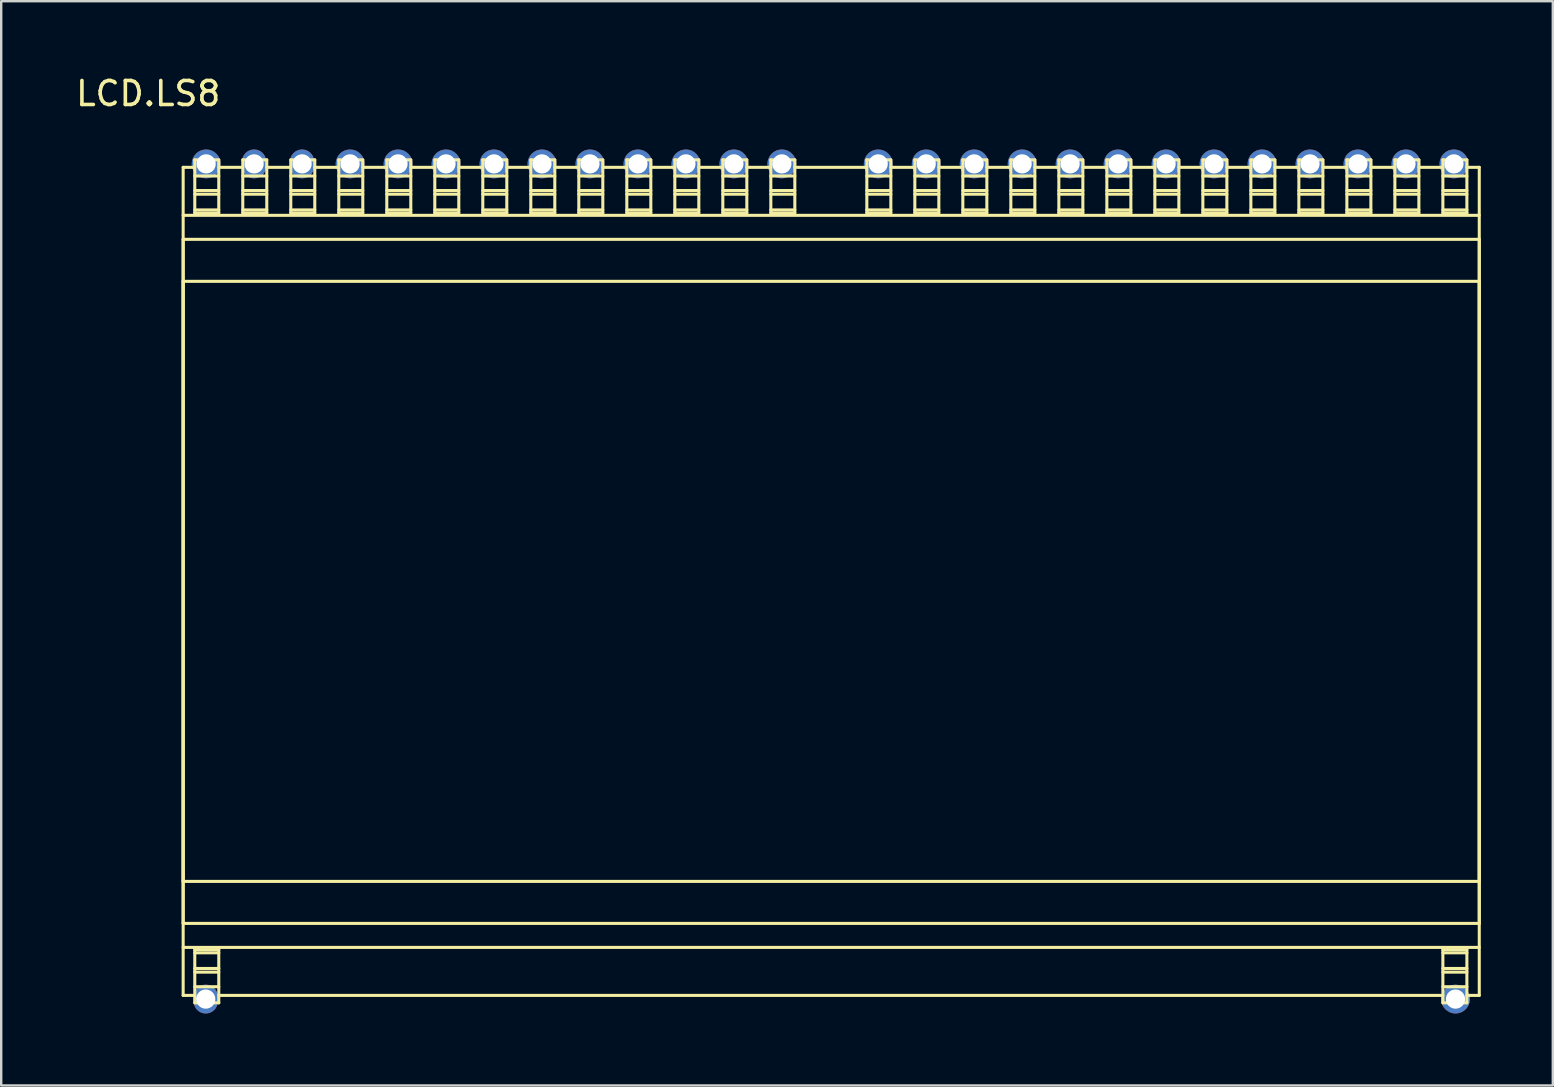
<source format=kicad_pcb>
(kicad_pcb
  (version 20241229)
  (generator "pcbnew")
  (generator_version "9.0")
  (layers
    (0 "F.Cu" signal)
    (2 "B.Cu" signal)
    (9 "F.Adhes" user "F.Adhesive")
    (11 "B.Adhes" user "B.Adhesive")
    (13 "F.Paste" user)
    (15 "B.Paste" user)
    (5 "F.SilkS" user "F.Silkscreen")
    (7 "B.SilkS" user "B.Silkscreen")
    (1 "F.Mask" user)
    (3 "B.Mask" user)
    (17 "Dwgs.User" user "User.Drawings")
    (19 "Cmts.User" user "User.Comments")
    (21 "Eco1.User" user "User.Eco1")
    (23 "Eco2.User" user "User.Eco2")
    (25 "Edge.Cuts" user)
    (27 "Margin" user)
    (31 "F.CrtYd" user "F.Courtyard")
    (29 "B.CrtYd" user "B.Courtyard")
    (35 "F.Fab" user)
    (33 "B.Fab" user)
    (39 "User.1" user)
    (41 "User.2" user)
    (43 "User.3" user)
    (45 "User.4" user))
  (footprint "LCD.LS8"
    (layer "F.Cu")
    (at 31.827 21.621)
    (property "Reference" "LCD.LS8" (at -28.702 -20.773 0) (layer "F.SilkS") (effects (font (size 1 1) (thickness 0.15))))
    (attr through_hole)
    (fp_line (start -27.246 -17.7) (end -26.762 -17.7) (stroke (width 0.127) (type solid)) (layer "F.SilkS"))
    (fp_line (start -27.246 -15.7) (end 26.754 -15.7) (stroke (width 0.127) (type solid)) (layer "F.SilkS"))
    (fp_line (start -27.246 -14.7) (end 26.754 -14.7) (stroke (width 0.127) (type solid)) (layer "F.SilkS"))
    (fp_line (start -27.246 -12.95) (end 26.754 -12.95) (stroke (width 0.127) (type solid)) (layer "F.SilkS"))
    (fp_line (start -27.246 12.05) (end -27.246 -12.95) (stroke (width 0.127) (type solid)) (layer "F.SilkS"))
    (fp_line (start -27.246 12.05) (end 26.754 12.05) (stroke (width 0.127) (type solid)) (layer "F.SilkS"))
    (fp_line (start -27.246 13.8) (end -27.246 -14.7) (stroke (width 0.127) (type solid)) (layer "F.SilkS"))
    (fp_line (start -27.246 13.8) (end 26.754 13.8) (stroke (width 0.127) (type solid)) (layer "F.SilkS"))
    (fp_line (start -27.246 14.8) (end 26.754 14.8) (stroke (width 0.127) (type solid)) (layer "F.SilkS"))
    (fp_line (start -27.246 16.8) (end -27.246 -17.7) (stroke (width 0.127) (type solid)) (layer "F.SilkS"))
    (fp_line (start -27.246 16.8) (end -26.762 16.8) (stroke (width 0.127) (type solid)) (layer "F.SilkS"))
    (fp_line (start -26.762 -18.01) (end -25.762 -18.01) (stroke (width 0.127) (type solid)) (layer "F.SilkS"))
    (fp_line (start -26.762 -17.338) (end -25.762 -17.338) (stroke (width 0.127) (type solid)) (layer "F.SilkS"))
    (fp_line (start -26.762 -16.732) (end -25.762 -16.732) (stroke (width 0.127) (type solid)) (layer "F.SilkS"))
    (fp_line (start -26.762 -16.579) (end -25.762 -16.579) (stroke (width 0.127) (type solid)) (layer "F.SilkS"))
    (fp_line (start -26.762 -15.926) (end -25.762 -15.926) (stroke (width 0.127) (type solid)) (layer "F.SilkS"))
    (fp_line (start -26.762 -15.8) (end -26.762 -18.01) (stroke (width 0.127) (type solid)) (layer "F.SilkS"))
    (fp_line (start -26.762 -15.8) (end -25.762 -15.8) (stroke (width 0.127) (type solid)) (layer "F.SilkS"))
    (fp_line (start -26.762 14.9) (end -25.762 14.9) (stroke (width 0.127) (type solid)) (layer "F.SilkS"))
    (fp_line (start -26.762 15.027) (end -25.762 15.027) (stroke (width 0.127) (type solid)) (layer "F.SilkS"))
    (fp_line (start -26.762 15.679) (end -25.762 15.679) (stroke (width 0.127) (type solid)) (layer "F.SilkS"))
    (fp_line (start -26.762 15.832) (end -25.762 15.832) (stroke (width 0.127) (type solid)) (layer "F.SilkS"))
    (fp_line (start -26.762 16.439) (end -25.762 16.439) (stroke (width 0.127) (type solid)) (layer "F.SilkS"))
    (fp_line (start -26.762 17.11) (end -26.762 14.9) (stroke (width 0.127) (type solid)) (layer "F.SilkS"))
    (fp_line (start -26.762 17.11) (end -25.762 17.11) (stroke (width 0.127) (type solid)) (layer "F.SilkS"))
    (fp_line (start -25.762 -17.7) (end -24.762 -17.7) (stroke (width 0.127) (type solid)) (layer "F.SilkS"))
    (fp_line (start -25.762 -15.8) (end -25.762 -18.01) (stroke (width 0.127) (type solid)) (layer "F.SilkS"))
    (fp_line (start -25.762 16.8) (end 25.238 16.8) (stroke (width 0.127) (type solid)) (layer "F.SilkS"))
    (fp_line (start -25.762 17.11) (end -25.762 14.9) (stroke (width 0.127) (type solid)) (layer "F.SilkS"))
    (fp_line (start -24.762 -18.01) (end -23.762 -18.01) (stroke (width 0.127) (type solid)) (layer "F.SilkS"))
    (fp_line (start -24.762 -17.338) (end -23.762 -17.338) (stroke (width 0.127) (type solid)) (layer "F.SilkS"))
    (fp_line (start -24.762 -16.732) (end -23.762 -16.732) (stroke (width 0.127) (type solid)) (layer "F.SilkS"))
    (fp_line (start -24.762 -16.579) (end -23.762 -16.579) (stroke (width 0.127) (type solid)) (layer "F.SilkS"))
    (fp_line (start -24.762 -15.926) (end -23.762 -15.926) (stroke (width 0.127) (type solid)) (layer "F.SilkS"))
    (fp_line (start -24.762 -15.8) (end -24.762 -18.01) (stroke (width 0.127) (type solid)) (layer "F.SilkS"))
    (fp_line (start -24.762 -15.8) (end -23.762 -15.8) (stroke (width 0.127) (type solid)) (layer "F.SilkS"))
    (fp_line (start -23.762 -17.7) (end -22.762 -17.7) (stroke (width 0.127) (type solid)) (layer "F.SilkS"))
    (fp_line (start -23.762 -15.8) (end -23.762 -18.01) (stroke (width 0.127) (type solid)) (layer "F.SilkS"))
    (fp_line (start -22.762 -18.01) (end -21.762 -18.01) (stroke (width 0.127) (type solid)) (layer "F.SilkS"))
    (fp_line (start -22.762 -17.338) (end -21.762 -17.338) (stroke (width 0.127) (type solid)) (layer "F.SilkS"))
    (fp_line (start -22.762 -16.732) (end -21.762 -16.732) (stroke (width 0.127) (type solid)) (layer "F.SilkS"))
    (fp_line (start -22.762 -16.579) (end -21.762 -16.579) (stroke (width 0.127) (type solid)) (layer "F.SilkS"))
    (fp_line (start -22.762 -15.926) (end -21.762 -15.926) (stroke (width 0.127) (type solid)) (layer "F.SilkS"))
    (fp_line (start -22.762 -15.8) (end -22.762 -18.01) (stroke (width 0.127) (type solid)) (layer "F.SilkS"))
    (fp_line (start -22.762 -15.8) (end -21.762 -15.8) (stroke (width 0.127) (type solid)) (layer "F.SilkS"))
    (fp_line (start -21.762 -17.7) (end -20.762 -17.7) (stroke (width 0.127) (type solid)) (layer "F.SilkS"))
    (fp_line (start -21.762 -15.8) (end -21.762 -18.01) (stroke (width 0.127) (type solid)) (layer "F.SilkS"))
    (fp_line (start -20.762 -18.01) (end -19.762 -18.01) (stroke (width 0.127) (type solid)) (layer "F.SilkS"))
    (fp_line (start -20.762 -17.338) (end -19.762 -17.338) (stroke (width 0.127) (type solid)) (layer "F.SilkS"))
    (fp_line (start -20.762 -16.732) (end -19.762 -16.732) (stroke (width 0.127) (type solid)) (layer "F.SilkS"))
    (fp_line (start -20.762 -16.579) (end -19.762 -16.579) (stroke (width 0.127) (type solid)) (layer "F.SilkS"))
    (fp_line (start -20.762 -15.926) (end -19.762 -15.926) (stroke (width 0.127) (type solid)) (layer "F.SilkS"))
    (fp_line (start -20.762 -15.8) (end -20.762 -18.01) (stroke (width 0.127) (type solid)) (layer "F.SilkS"))
    (fp_line (start -20.762 -15.8) (end -19.762 -15.8) (stroke (width 0.127) (type solid)) (layer "F.SilkS"))
    (fp_line (start -19.762 -17.7) (end -18.762 -17.7) (stroke (width 0.127) (type solid)) (layer "F.SilkS"))
    (fp_line (start -19.762 -15.8) (end -19.762 -18.01) (stroke (width 0.127) (type solid)) (layer "F.SilkS"))
    (fp_line (start -18.762 -18.01) (end -17.762 -18.01) (stroke (width 0.127) (type solid)) (layer "F.SilkS"))
    (fp_line (start -18.762 -17.338) (end -17.762 -17.338) (stroke (width 0.127) (type solid)) (layer "F.SilkS"))
    (fp_line (start -18.762 -16.732) (end -17.762 -16.732) (stroke (width 0.127) (type solid)) (layer "F.SilkS"))
    (fp_line (start -18.762 -16.579) (end -17.762 -16.579) (stroke (width 0.127) (type solid)) (layer "F.SilkS"))
    (fp_line (start -18.762 -15.926) (end -17.762 -15.926) (stroke (width 0.127) (type solid)) (layer "F.SilkS"))
    (fp_line (start -18.762 -15.8) (end -18.762 -18.01) (stroke (width 0.127) (type solid)) (layer "F.SilkS"))
    (fp_line (start -18.762 -15.8) (end -17.762 -15.8) (stroke (width 0.127) (type solid)) (layer "F.SilkS"))
    (fp_line (start -17.762 -17.7) (end -16.762 -17.7) (stroke (width 0.127) (type solid)) (layer "F.SilkS"))
    (fp_line (start -17.762 -15.8) (end -17.762 -18.01) (stroke (width 0.127) (type solid)) (layer "F.SilkS"))
    (fp_line (start -16.762 -18.01) (end -15.762 -18.01) (stroke (width 0.127) (type solid)) (layer "F.SilkS"))
    (fp_line (start -16.762 -17.338) (end -15.762 -17.338) (stroke (width 0.127) (type solid)) (layer "F.SilkS"))
    (fp_line (start -16.762 -16.732) (end -15.762 -16.732) (stroke (width 0.127) (type solid)) (layer "F.SilkS"))
    (fp_line (start -16.762 -16.579) (end -15.762 -16.579) (stroke (width 0.127) (type solid)) (layer "F.SilkS"))
    (fp_line (start -16.762 -15.926) (end -15.762 -15.926) (stroke (width 0.127) (type solid)) (layer "F.SilkS"))
    (fp_line (start -16.762 -15.8) (end -16.762 -18.01) (stroke (width 0.127) (type solid)) (layer "F.SilkS"))
    (fp_line (start -16.762 -15.8) (end -15.762 -15.8) (stroke (width 0.127) (type solid)) (layer "F.SilkS"))
    (fp_line (start -15.762 -17.7) (end -14.762 -17.7) (stroke (width 0.127) (type solid)) (layer "F.SilkS"))
    (fp_line (start -15.762 -15.8) (end -15.762 -18.01) (stroke (width 0.127) (type solid)) (layer "F.SilkS"))
    (fp_line (start -14.762 -18.01) (end -13.762 -18.01) (stroke (width 0.127) (type solid)) (layer "F.SilkS"))
    (fp_line (start -14.762 -17.338) (end -13.762 -17.338) (stroke (width 0.127) (type solid)) (layer "F.SilkS"))
    (fp_line (start -14.762 -16.732) (end -13.762 -16.732) (stroke (width 0.127) (type solid)) (layer "F.SilkS"))
    (fp_line (start -14.762 -16.579) (end -13.762 -16.579) (stroke (width 0.127) (type solid)) (layer "F.SilkS"))
    (fp_line (start -14.762 -15.926) (end -13.762 -15.926) (stroke (width 0.127) (type solid)) (layer "F.SilkS"))
    (fp_line (start -14.762 -15.8) (end -14.762 -18.01) (stroke (width 0.127) (type solid)) (layer "F.SilkS"))
    (fp_line (start -14.762 -15.8) (end -13.762 -15.8) (stroke (width 0.127) (type solid)) (layer "F.SilkS"))
    (fp_line (start -13.762 -17.7) (end -12.762 -17.7) (stroke (width 0.127) (type solid)) (layer "F.SilkS"))
    (fp_line (start -13.762 -15.8) (end -13.762 -18.01) (stroke (width 0.127) (type solid)) (layer "F.SilkS"))
    (fp_line (start -12.762 -18.01) (end -11.762 -18.01) (stroke (width 0.127) (type solid)) (layer "F.SilkS"))
    (fp_line (start -12.762 -17.338) (end -11.762 -17.338) (stroke (width 0.127) (type solid)) (layer "F.SilkS"))
    (fp_line (start -12.762 -16.732) (end -11.762 -16.732) (stroke (width 0.127) (type solid)) (layer "F.SilkS"))
    (fp_line (start -12.762 -16.579) (end -11.762 -16.579) (stroke (width 0.127) (type solid)) (layer "F.SilkS"))
    (fp_line (start -12.762 -15.926) (end -11.762 -15.926) (stroke (width 0.127) (type solid)) (layer "F.SilkS"))
    (fp_line (start -12.762 -15.8) (end -12.762 -18.01) (stroke (width 0.127) (type solid)) (layer "F.SilkS"))
    (fp_line (start -12.762 -15.8) (end -11.762 -15.8) (stroke (width 0.127) (type solid)) (layer "F.SilkS"))
    (fp_line (start -11.762 -17.7) (end -10.762 -17.7) (stroke (width 0.127) (type solid)) (layer "F.SilkS"))
    (fp_line (start -11.762 -15.8) (end -11.762 -18.01) (stroke (width 0.127) (type solid)) (layer "F.SilkS"))
    (fp_line (start -10.762 -18.01) (end -9.762 -18.01) (stroke (width 0.127) (type solid)) (layer "F.SilkS"))
    (fp_line (start -10.762 -17.338) (end -9.762 -17.338) (stroke (width 0.127) (type solid)) (layer "F.SilkS"))
    (fp_line (start -10.762 -16.732) (end -9.762 -16.732) (stroke (width 0.127) (type solid)) (layer "F.SilkS"))
    (fp_line (start -10.762 -16.579) (end -9.762 -16.579) (stroke (width 0.127) (type solid)) (layer "F.SilkS"))
    (fp_line (start -10.762 -15.926) (end -9.762 -15.926) (stroke (width 0.127) (type solid)) (layer "F.SilkS"))
    (fp_line (start -10.762 -15.8) (end -10.762 -18.01) (stroke (width 0.127) (type solid)) (layer "F.SilkS"))
    (fp_line (start -10.762 -15.8) (end -9.762 -15.8) (stroke (width 0.127) (type solid)) (layer "F.SilkS"))
    (fp_line (start -9.762 -17.7) (end -8.762 -17.7) (stroke (width 0.127) (type solid)) (layer "F.SilkS"))
    (fp_line (start -9.762 -15.8) (end -9.762 -18.01) (stroke (width 0.127) (type solid)) (layer "F.SilkS"))
    (fp_line (start -8.762 -18.01) (end -7.762 -18.01) (stroke (width 0.127) (type solid)) (layer "F.SilkS"))
    (fp_line (start -8.762 -17.338) (end -7.762 -17.338) (stroke (width 0.127) (type solid)) (layer "F.SilkS"))
    (fp_line (start -8.762 -16.732) (end -7.762 -16.732) (stroke (width 0.127) (type solid)) (layer "F.SilkS"))
    (fp_line (start -8.762 -16.579) (end -7.762 -16.579) (stroke (width 0.127) (type solid)) (layer "F.SilkS"))
    (fp_line (start -8.762 -15.926) (end -7.762 -15.926) (stroke (width 0.127) (type solid)) (layer "F.SilkS"))
    (fp_line (start -8.762 -15.8) (end -8.762 -18.01) (stroke (width 0.127) (type solid)) (layer "F.SilkS"))
    (fp_line (start -8.762 -15.8) (end -7.762 -15.8) (stroke (width 0.127) (type solid)) (layer "F.SilkS"))
    (fp_line (start -7.762 -17.7) (end -6.762 -17.7) (stroke (width 0.127) (type solid)) (layer "F.SilkS"))
    (fp_line (start -7.762 -15.8) (end -7.762 -18.01) (stroke (width 0.127) (type solid)) (layer "F.SilkS"))
    (fp_line (start -6.762 -18.01) (end -5.762 -18.01) (stroke (width 0.127) (type solid)) (layer "F.SilkS"))
    (fp_line (start -6.762 -17.338) (end -5.762 -17.338) (stroke (width 0.127) (type solid)) (layer "F.SilkS"))
    (fp_line (start -6.762 -16.732) (end -5.762 -16.732) (stroke (width 0.127) (type solid)) (layer "F.SilkS"))
    (fp_line (start -6.762 -16.579) (end -5.762 -16.579) (stroke (width 0.127) (type solid)) (layer "F.SilkS"))
    (fp_line (start -6.762 -15.926) (end -5.762 -15.926) (stroke (width 0.127) (type solid)) (layer "F.SilkS"))
    (fp_line (start -6.762 -15.8) (end -6.762 -18.01) (stroke (width 0.127) (type solid)) (layer "F.SilkS"))
    (fp_line (start -6.762 -15.8) (end -5.762 -15.8) (stroke (width 0.127) (type solid)) (layer "F.SilkS"))
    (fp_line (start -5.762 -17.7) (end -4.762 -17.7) (stroke (width 0.127) (type solid)) (layer "F.SilkS"))
    (fp_line (start -5.762 -15.8) (end -5.762 -18.01) (stroke (width 0.127) (type solid)) (layer "F.SilkS"))
    (fp_line (start -4.762 -18.01) (end -3.762 -18.01) (stroke (width 0.127) (type solid)) (layer "F.SilkS"))
    (fp_line (start -4.762 -17.338) (end -3.762 -17.338) (stroke (width 0.127) (type solid)) (layer "F.SilkS"))
    (fp_line (start -4.762 -16.732) (end -3.762 -16.732) (stroke (width 0.127) (type solid)) (layer "F.SilkS"))
    (fp_line (start -4.762 -16.579) (end -3.762 -16.579) (stroke (width 0.127) (type solid)) (layer "F.SilkS"))
    (fp_line (start -4.762 -15.926) (end -3.762 -15.926) (stroke (width 0.127) (type solid)) (layer "F.SilkS"))
    (fp_line (start -4.762 -15.8) (end -4.762 -18.01) (stroke (width 0.127) (type solid)) (layer "F.SilkS"))
    (fp_line (start -4.762 -15.8) (end -3.762 -15.8) (stroke (width 0.127) (type solid)) (layer "F.SilkS"))
    (fp_line (start -3.762 -17.7) (end -2.762 -17.7) (stroke (width 0.127) (type solid)) (layer "F.SilkS"))
    (fp_line (start -3.762 -15.8) (end -3.762 -18.01) (stroke (width 0.127) (type solid)) (layer "F.SilkS"))
    (fp_line (start -2.762 -18.01) (end -1.762 -18.01) (stroke (width 0.127) (type solid)) (layer "F.SilkS"))
    (fp_line (start -2.762 -17.338) (end -1.762 -17.338) (stroke (width 0.127) (type solid)) (layer "F.SilkS"))
    (fp_line (start -2.762 -16.732) (end -1.762 -16.732) (stroke (width 0.127) (type solid)) (layer "F.SilkS"))
    (fp_line (start -2.762 -16.579) (end -1.762 -16.579) (stroke (width 0.127) (type solid)) (layer "F.SilkS"))
    (fp_line (start -2.762 -15.926) (end -1.762 -15.926) (stroke (width 0.127) (type solid)) (layer "F.SilkS"))
    (fp_line (start -2.762 -15.8) (end -2.762 -18.01) (stroke (width 0.127) (type solid)) (layer "F.SilkS"))
    (fp_line (start -2.762 -15.8) (end -1.762 -15.8) (stroke (width 0.127) (type solid)) (layer "F.SilkS"))
    (fp_line (start -1.762 -17.7) (end 1.238 -17.7) (stroke (width 0.127) (type solid)) (layer "F.SilkS"))
    (fp_line (start -1.762 -15.8) (end -1.762 -18.01) (stroke (width 0.127) (type solid)) (layer "F.SilkS"))
    (fp_line (start 1.238 -18.01) (end 2.238 -18.01) (stroke (width 0.127) (type solid)) (layer "F.SilkS"))
    (fp_line (start 1.238 -17.338) (end 2.238 -17.338) (stroke (width 0.127) (type solid)) (layer "F.SilkS"))
    (fp_line (start 1.238 -16.732) (end 2.238 -16.732) (stroke (width 0.127) (type solid)) (layer "F.SilkS"))
    (fp_line (start 1.238 -16.579) (end 2.238 -16.579) (stroke (width 0.127) (type solid)) (layer "F.SilkS"))
    (fp_line (start 1.238 -15.926) (end 2.238 -15.926) (stroke (width 0.127) (type solid)) (layer "F.SilkS"))
    (fp_line (start 1.238 -15.8) (end 1.238 -18.01) (stroke (width 0.127) (type solid)) (layer "F.SilkS"))
    (fp_line (start 1.238 -15.8) (end 2.238 -15.8) (stroke (width 0.127) (type solid)) (layer "F.SilkS"))
    (fp_line (start 2.238 -17.7) (end 3.238 -17.7) (stroke (width 0.127) (type solid)) (layer "F.SilkS"))
    (fp_line (start 2.238 -15.8) (end 2.238 -18.01) (stroke (width 0.127) (type solid)) (layer "F.SilkS"))
    (fp_line (start 3.238 -18.01) (end 4.238 -18.01) (stroke (width 0.127) (type solid)) (layer "F.SilkS"))
    (fp_line (start 3.238 -17.338) (end 4.238 -17.338) (stroke (width 0.127) (type solid)) (layer "F.SilkS"))
    (fp_line (start 3.238 -16.732) (end 4.238 -16.732) (stroke (width 0.127) (type solid)) (layer "F.SilkS"))
    (fp_line (start 3.238 -16.579) (end 4.238 -16.579) (stroke (width 0.127) (type solid)) (layer "F.SilkS"))
    (fp_line (start 3.238 -15.926) (end 4.238 -15.926) (stroke (width 0.127) (type solid)) (layer "F.SilkS"))
    (fp_line (start 3.238 -15.8) (end 3.238 -18.01) (stroke (width 0.127) (type solid)) (layer "F.SilkS"))
    (fp_line (start 3.238 -15.8) (end 4.238 -15.8) (stroke (width 0.127) (type solid)) (layer "F.SilkS"))
    (fp_line (start 4.238 -17.7) (end 5.238 -17.7) (stroke (width 0.127) (type solid)) (layer "F.SilkS"))
    (fp_line (start 4.238 -15.8) (end 4.238 -18.01) (stroke (width 0.127) (type solid)) (layer "F.SilkS"))
    (fp_line (start 5.238 -18.01) (end 6.238 -18.01) (stroke (width 0.127) (type solid)) (layer "F.SilkS"))
    (fp_line (start 5.238 -17.338) (end 6.238 -17.338) (stroke (width 0.127) (type solid)) (layer "F.SilkS"))
    (fp_line (start 5.238 -16.732) (end 6.238 -16.732) (stroke (width 0.127) (type solid)) (layer "F.SilkS"))
    (fp_line (start 5.238 -16.579) (end 6.238 -16.579) (stroke (width 0.127) (type solid)) (layer "F.SilkS"))
    (fp_line (start 5.238 -15.926) (end 6.238 -15.926) (stroke (width 0.127) (type solid)) (layer "F.SilkS"))
    (fp_line (start 5.238 -15.8) (end 5.238 -18.01) (stroke (width 0.127) (type solid)) (layer "F.SilkS"))
    (fp_line (start 5.238 -15.8) (end 6.238 -15.8) (stroke (width 0.127) (type solid)) (layer "F.SilkS"))
    (fp_line (start 6.238 -17.7) (end 7.238 -17.7) (stroke (width 0.127) (type solid)) (layer "F.SilkS"))
    (fp_line (start 6.238 -15.8) (end 6.238 -18.01) (stroke (width 0.127) (type solid)) (layer "F.SilkS"))
    (fp_line (start 7.238 -18.01) (end 8.238 -18.01) (stroke (width 0.127) (type solid)) (layer "F.SilkS"))
    (fp_line (start 7.238 -17.338) (end 8.238 -17.338) (stroke (width 0.127) (type solid)) (layer "F.SilkS"))
    (fp_line (start 7.238 -16.732) (end 8.238 -16.732) (stroke (width 0.127) (type solid)) (layer "F.SilkS"))
    (fp_line (start 7.238 -16.579) (end 8.238 -16.579) (stroke (width 0.127) (type solid)) (layer "F.SilkS"))
    (fp_line (start 7.238 -15.926) (end 8.238 -15.926) (stroke (width 0.127) (type solid)) (layer "F.SilkS"))
    (fp_line (start 7.238 -15.8) (end 7.238 -18.01) (stroke (width 0.127) (type solid)) (layer "F.SilkS"))
    (fp_line (start 7.238 -15.8) (end 8.238 -15.8) (stroke (width 0.127) (type solid)) (layer "F.SilkS"))
    (fp_line (start 8.238 -17.7) (end 9.238 -17.7) (stroke (width 0.127) (type solid)) (layer "F.SilkS"))
    (fp_line (start 8.238 -15.8) (end 8.238 -18.01) (stroke (width 0.127) (type solid)) (layer "F.SilkS"))
    (fp_line (start 9.238 -18.01) (end 10.238 -18.01) (stroke (width 0.127) (type solid)) (layer "F.SilkS"))
    (fp_line (start 9.238 -17.338) (end 10.238 -17.338) (stroke (width 0.127) (type solid)) (layer "F.SilkS"))
    (fp_line (start 9.238 -16.732) (end 10.238 -16.732) (stroke (width 0.127) (type solid)) (layer "F.SilkS"))
    (fp_line (start 9.238 -16.579) (end 10.238 -16.579) (stroke (width 0.127) (type solid)) (layer "F.SilkS"))
    (fp_line (start 9.238 -15.926) (end 10.238 -15.926) (stroke (width 0.127) (type solid)) (layer "F.SilkS"))
    (fp_line (start 9.238 -15.8) (end 9.238 -18.01) (stroke (width 0.127) (type solid)) (layer "F.SilkS"))
    (fp_line (start 9.238 -15.8) (end 10.238 -15.8) (stroke (width 0.127) (type solid)) (layer "F.SilkS"))
    (fp_line (start 10.238 -17.7) (end 11.238 -17.7) (stroke (width 0.127) (type solid)) (layer "F.SilkS"))
    (fp_line (start 10.238 -15.8) (end 10.238 -18.01) (stroke (width 0.127) (type solid)) (layer "F.SilkS"))
    (fp_line (start 11.238 -18.01) (end 12.238 -18.01) (stroke (width 0.127) (type solid)) (layer "F.SilkS"))
    (fp_line (start 11.238 -17.338) (end 12.238 -17.338) (stroke (width 0.127) (type solid)) (layer "F.SilkS"))
    (fp_line (start 11.238 -16.732) (end 12.238 -16.732) (stroke (width 0.127) (type solid)) (layer "F.SilkS"))
    (fp_line (start 11.238 -16.579) (end 12.238 -16.579) (stroke (width 0.127) (type solid)) (layer "F.SilkS"))
    (fp_line (start 11.238 -15.926) (end 12.238 -15.926) (stroke (width 0.127) (type solid)) (layer "F.SilkS"))
    (fp_line (start 11.238 -15.8) (end 11.238 -18.01) (stroke (width 0.127) (type solid)) (layer "F.SilkS"))
    (fp_line (start 11.238 -15.8) (end 12.238 -15.8) (stroke (width 0.127) (type solid)) (layer "F.SilkS"))
    (fp_line (start 12.238 -17.7) (end 13.238 -17.7) (stroke (width 0.127) (type solid)) (layer "F.SilkS"))
    (fp_line (start 12.238 -15.8) (end 12.238 -18.01) (stroke (width 0.127) (type solid)) (layer "F.SilkS"))
    (fp_line (start 13.238 -18.01) (end 14.238 -18.01) (stroke (width 0.127) (type solid)) (layer "F.SilkS"))
    (fp_line (start 13.238 -17.338) (end 14.238 -17.338) (stroke (width 0.127) (type solid)) (layer "F.SilkS"))
    (fp_line (start 13.238 -16.732) (end 14.238 -16.732) (stroke (width 0.127) (type solid)) (layer "F.SilkS"))
    (fp_line (start 13.238 -16.579) (end 14.238 -16.579) (stroke (width 0.127) (type solid)) (layer "F.SilkS"))
    (fp_line (start 13.238 -15.926) (end 14.238 -15.926) (stroke (width 0.127) (type solid)) (layer "F.SilkS"))
    (fp_line (start 13.238 -15.8) (end 13.238 -18.01) (stroke (width 0.127) (type solid)) (layer "F.SilkS"))
    (fp_line (start 13.238 -15.8) (end 14.238 -15.8) (stroke (width 0.127) (type solid)) (layer "F.SilkS"))
    (fp_line (start 14.238 -17.7) (end 15.238 -17.7) (stroke (width 0.127) (type solid)) (layer "F.SilkS"))
    (fp_line (start 14.238 -15.8) (end 14.238 -18.01) (stroke (width 0.127) (type solid)) (layer "F.SilkS"))
    (fp_line (start 15.238 -18.01) (end 16.238 -18.01) (stroke (width 0.127) (type solid)) (layer "F.SilkS"))
    (fp_line (start 15.238 -17.338) (end 16.238 -17.338) (stroke (width 0.127) (type solid)) (layer "F.SilkS"))
    (fp_line (start 15.238 -16.732) (end 16.238 -16.732) (stroke (width 0.127) (type solid)) (layer "F.SilkS"))
    (fp_line (start 15.238 -16.579) (end 16.238 -16.579) (stroke (width 0.127) (type solid)) (layer "F.SilkS"))
    (fp_line (start 15.238 -15.926) (end 16.238 -15.926) (stroke (width 0.127) (type solid)) (layer "F.SilkS"))
    (fp_line (start 15.238 -15.8) (end 15.238 -18.01) (stroke (width 0.127) (type solid)) (layer "F.SilkS"))
    (fp_line (start 15.238 -15.8) (end 16.238 -15.8) (stroke (width 0.127) (type solid)) (layer "F.SilkS"))
    (fp_line (start 16.238 -17.7) (end 17.238 -17.7) (stroke (width 0.127) (type solid)) (layer "F.SilkS"))
    (fp_line (start 16.238 -15.8) (end 16.238 -18.01) (stroke (width 0.127) (type solid)) (layer "F.SilkS"))
    (fp_line (start 17.238 -18.01) (end 18.238 -18.01) (stroke (width 0.127) (type solid)) (layer "F.SilkS"))
    (fp_line (start 17.238 -17.338) (end 18.238 -17.338) (stroke (width 0.127) (type solid)) (layer "F.SilkS"))
    (fp_line (start 17.238 -16.732) (end 18.238 -16.732) (stroke (width 0.127) (type solid)) (layer "F.SilkS"))
    (fp_line (start 17.238 -16.579) (end 18.238 -16.579) (stroke (width 0.127) (type solid)) (layer "F.SilkS"))
    (fp_line (start 17.238 -15.926) (end 18.238 -15.926) (stroke (width 0.127) (type solid)) (layer "F.SilkS"))
    (fp_line (start 17.238 -15.8) (end 17.238 -18.01) (stroke (width 0.127) (type solid)) (layer "F.SilkS"))
    (fp_line (start 17.238 -15.8) (end 18.238 -15.8) (stroke (width 0.127) (type solid)) (layer "F.SilkS"))
    (fp_line (start 18.238 -17.7) (end 19.238 -17.7) (stroke (width 0.127) (type solid)) (layer "F.SilkS"))
    (fp_line (start 18.238 -15.8) (end 18.238 -18.01) (stroke (width 0.127) (type solid)) (layer "F.SilkS"))
    (fp_line (start 19.238 -18.01) (end 20.238 -18.01) (stroke (width 0.127) (type solid)) (layer "F.SilkS"))
    (fp_line (start 19.238 -17.338) (end 20.238 -17.338) (stroke (width 0.127) (type solid)) (layer "F.SilkS"))
    (fp_line (start 19.238 -16.732) (end 20.238 -16.732) (stroke (width 0.127) (type solid)) (layer "F.SilkS"))
    (fp_line (start 19.238 -16.579) (end 20.238 -16.579) (stroke (width 0.127) (type solid)) (layer "F.SilkS"))
    (fp_line (start 19.238 -15.926) (end 20.238 -15.926) (stroke (width 0.127) (type solid)) (layer "F.SilkS"))
    (fp_line (start 19.238 -15.8) (end 19.238 -18.01) (stroke (width 0.127) (type solid)) (layer "F.SilkS"))
    (fp_line (start 19.238 -15.8) (end 20.238 -15.8) (stroke (width 0.127) (type solid)) (layer "F.SilkS"))
    (fp_line (start 20.238 -17.7) (end 21.238 -17.7) (stroke (width 0.127) (type solid)) (layer "F.SilkS"))
    (fp_line (start 20.238 -15.8) (end 20.238 -18.01) (stroke (width 0.127) (type solid)) (layer "F.SilkS"))
    (fp_line (start 21.238 -18.01) (end 22.238 -18.01) (stroke (width 0.127) (type solid)) (layer "F.SilkS"))
    (fp_line (start 21.238 -17.338) (end 22.238 -17.338) (stroke (width 0.127) (type solid)) (layer "F.SilkS"))
    (fp_line (start 21.238 -16.732) (end 22.238 -16.732) (stroke (width 0.127) (type solid)) (layer "F.SilkS"))
    (fp_line (start 21.238 -16.579) (end 22.238 -16.579) (stroke (width 0.127) (type solid)) (layer "F.SilkS"))
    (fp_line (start 21.238 -15.926) (end 22.238 -15.926) (stroke (width 0.127) (type solid)) (layer "F.SilkS"))
    (fp_line (start 21.238 -15.8) (end 21.238 -18.01) (stroke (width 0.127) (type solid)) (layer "F.SilkS"))
    (fp_line (start 21.238 -15.8) (end 22.238 -15.8) (stroke (width 0.127) (type solid)) (layer "F.SilkS"))
    (fp_line (start 22.238 -17.7) (end 23.238 -17.7) (stroke (width 0.127) (type solid)) (layer "F.SilkS"))
    (fp_line (start 22.238 -15.8) (end 22.238 -18.01) (stroke (width 0.127) (type solid)) (layer "F.SilkS"))
    (fp_line (start 23.238 -18.01) (end 24.238 -18.01) (stroke (width 0.127) (type solid)) (layer "F.SilkS"))
    (fp_line (start 23.238 -17.338) (end 24.238 -17.338) (stroke (width 0.127) (type solid)) (layer "F.SilkS"))
    (fp_line (start 23.238 -16.732) (end 24.238 -16.732) (stroke (width 0.127) (type solid)) (layer "F.SilkS"))
    (fp_line (start 23.238 -16.579) (end 24.238 -16.579) (stroke (width 0.127) (type solid)) (layer "F.SilkS"))
    (fp_line (start 23.238 -15.926) (end 24.238 -15.926) (stroke (width 0.127) (type solid)) (layer "F.SilkS"))
    (fp_line (start 23.238 -15.8) (end 23.238 -18.01) (stroke (width 0.127) (type solid)) (layer "F.SilkS"))
    (fp_line (start 23.238 -15.8) (end 24.238 -15.8) (stroke (width 0.127) (type solid)) (layer "F.SilkS"))
    (fp_line (start 24.238 -17.7) (end 25.238 -17.7) (stroke (width 0.127) (type solid)) (layer "F.SilkS"))
    (fp_line (start 24.238 -15.8) (end 24.238 -18.01) (stroke (width 0.127) (type solid)) (layer "F.SilkS"))
    (fp_line (start 25.238 -18.01) (end 26.238 -18.01) (stroke (width 0.127) (type solid)) (layer "F.SilkS"))
    (fp_line (start 25.238 -17.338) (end 26.238 -17.338) (stroke (width 0.127) (type solid)) (layer "F.SilkS"))
    (fp_line (start 25.238 -16.732) (end 26.238 -16.732) (stroke (width 0.127) (type solid)) (layer "F.SilkS"))
    (fp_line (start 25.238 -16.579) (end 26.238 -16.579) (stroke (width 0.127) (type solid)) (layer "F.SilkS"))
    (fp_line (start 25.238 -15.926) (end 26.238 -15.926) (stroke (width 0.127) (type solid)) (layer "F.SilkS"))
    (fp_line (start 25.238 -15.8) (end 25.238 -18.01) (stroke (width 0.127) (type solid)) (layer "F.SilkS"))
    (fp_line (start 25.238 -15.8) (end 26.238 -15.8) (stroke (width 0.127) (type solid)) (layer "F.SilkS"))
    (fp_line (start 25.238 14.9) (end 26.238 14.9) (stroke (width 0.127) (type solid)) (layer "F.SilkS"))
    (fp_line (start 25.238 15.027) (end 26.238 15.027) (stroke (width 0.127) (type solid)) (layer "F.SilkS"))
    (fp_line (start 25.238 15.679) (end 26.238 15.679) (stroke (width 0.127) (type solid)) (layer "F.SilkS"))
    (fp_line (start 25.238 15.832) (end 26.238 15.832) (stroke (width 0.127) (type solid)) (layer "F.SilkS"))
    (fp_line (start 25.238 16.439) (end 26.238 16.439) (stroke (width 0.127) (type solid)) (layer "F.SilkS"))
    (fp_line (start 25.238 17.11) (end 25.238 14.9) (stroke (width 0.127) (type solid)) (layer "F.SilkS"))
    (fp_line (start 25.238 17.11) (end 26.238 17.11) (stroke (width 0.127) (type solid)) (layer "F.SilkS"))
    (fp_line (start 26.238 -17.7) (end 26.754 -17.7) (stroke (width 0.127) (type solid)) (layer "F.SilkS"))
    (fp_line (start 26.238 -15.8) (end 26.238 -18.01) (stroke (width 0.127) (type solid)) (layer "F.SilkS"))
    (fp_line (start 26.238 16.8) (end 26.754 16.8) (stroke (width 0.127) (type solid)) (layer "F.SilkS"))
    (fp_line (start 26.238 17.11) (end 26.238 14.9) (stroke (width 0.127) (type solid)) (layer "F.SilkS"))
    (fp_line (start 26.754 12.05) (end 26.754 -12.95) (stroke (width 0.127) (type solid)) (layer "F.SilkS"))
    (fp_line (start 26.754 13.8) (end 26.754 -14.7) (stroke (width 0.127) (type solid)) (layer "F.SilkS"))
    (fp_line (start 26.754 16.8) (end 26.754 -17.7) (stroke (width 0.127) (type solid)) (layer "F.SilkS"))
    (pad "1" thru_hole circle (at -26.289 -17.843) (size 1.2 1.2) (drill 0.8) (layers "*.Cu" "*.Mask"))
    (pad "2" thru_hole oval (at -24.29 -17.843) (size 1 1.2) (drill 0.8) (layers "*.Cu" "*.Mask"))
    (pad "3" thru_hole oval (at -22.291 -17.843) (size 1 1.2) (drill 0.8) (layers "*.Cu" "*.Mask"))
    (pad "4" thru_hole circle (at -20.292 -17.843) (size 1.2 1.2) (drill 0.8) (layers "*.Cu" "*.Mask"))
    (pad "5" thru_hole circle (at -18.294 -17.843) (size 1.2 1.2) (drill 0.8) (layers "*.Cu" "*.Mask"))
    (pad "6" thru_hole circle (at -16.295 -17.843) (size 1.2 1.2) (drill 0.8) (layers "*.Cu" "*.Mask"))
    (pad "7" thru_hole circle (at -14.296 -17.843) (size 1.2 1.2) (drill 0.8) (layers "*.Cu" "*.Mask"))
    (pad "8" thru_hole circle (at -12.297 -17.843) (size 1.2 1.2) (drill 0.8) (layers "*.Cu" "*.Mask"))
    (pad "9" thru_hole circle (at -10.298 -17.843) (size 1.2 1.2) (drill 0.8) (layers "*.Cu" "*.Mask"))
    (pad "10" thru_hole circle (at -8.299 -17.843) (size 1.2 1.2) (drill 0.8) (layers "*.Cu" "*.Mask"))
    (pad "11" thru_hole circle (at -6.3 -17.843) (size 1.2 1.2) (drill 0.8) (layers "*.Cu" "*.Mask"))
    (pad "12" thru_hole circle (at -4.301 -17.843) (size 1.2 1.2) (drill 0.8) (layers "*.Cu" "*.Mask"))
    (pad "13" thru_hole circle (at -2.303 -17.843) (size 1.2 1.2) (drill 0.8) (layers "*.Cu" "*.Mask"))
    (pad "14" thru_hole circle (at 1.712 -17.843) (size 1.2 1.2) (drill 0.8) (layers "*.Cu" "*.Mask"))
    (pad "15" thru_hole circle (at 3.711 -17.843) (size 1.2 1.2) (drill 0.8) (layers "*.Cu" "*.Mask"))
    (pad "16" thru_hole circle (at 5.709 -17.843) (size 1.2 1.2) (drill 0.8) (layers "*.Cu" "*.Mask"))
    (pad "17" thru_hole circle (at 7.708 -17.843) (size 1.2 1.2) (drill 0.8) (layers "*.Cu" "*.Mask"))
    (pad "18" thru_hole circle (at 9.707 -17.843) (size 1.2 1.2) (drill 0.8) (layers "*.Cu" "*.Mask"))
    (pad "19" thru_hole circle (at 11.706 -17.843) (size 1.2 1.2) (drill 0.8) (layers "*.Cu" "*.Mask"))
    (pad "20" thru_hole circle (at 13.705 -17.843) (size 1.2 1.2) (drill 0.8) (layers "*.Cu" "*.Mask"))
    (pad "21" thru_hole circle (at 15.704 -17.843) (size 1.2 1.2) (drill 0.8) (layers "*.Cu" "*.Mask"))
    (pad "22" thru_hole circle (at 17.703 -17.843) (size 1.2 1.2) (drill 0.8) (layers "*.Cu" "*.Mask"))
    (pad "23" thru_hole circle (at 19.702 -17.843) (size 1.2 1.2) (drill 0.8) (layers "*.Cu" "*.Mask"))
    (pad "24" thru_hole circle (at 21.7 -17.843) (size 1.2 1.2) (drill 0.8) (layers "*.Cu" "*.Mask"))
    (pad "25" thru_hole circle (at 23.699 -17.843) (size 1.2 1.2) (drill 0.8) (layers "*.Cu" "*.Mask"))
    (pad "26" thru_hole circle (at 25.698 -17.843) (size 1.2 1.2) (drill 0.8) (layers "*.Cu" "*.Mask"))
    (pad "27" thru_hole oval (at -26.306 16.954) (size 1 1.2) (drill 0.8) (layers "*.Cu" "*.Mask"))
    (pad "28" thru_hole circle (at 25.764 16.954) (size 1.2 1.2) (drill 0.8) (layers "*.Cu" "*.Mask")))
  (gr_rect
    (start -3 -3)
    (end 61.645 42.175)
    (stroke (width 0.1) (type default))
    (fill no)
    (layer "Edge.Cuts")))
</source>
